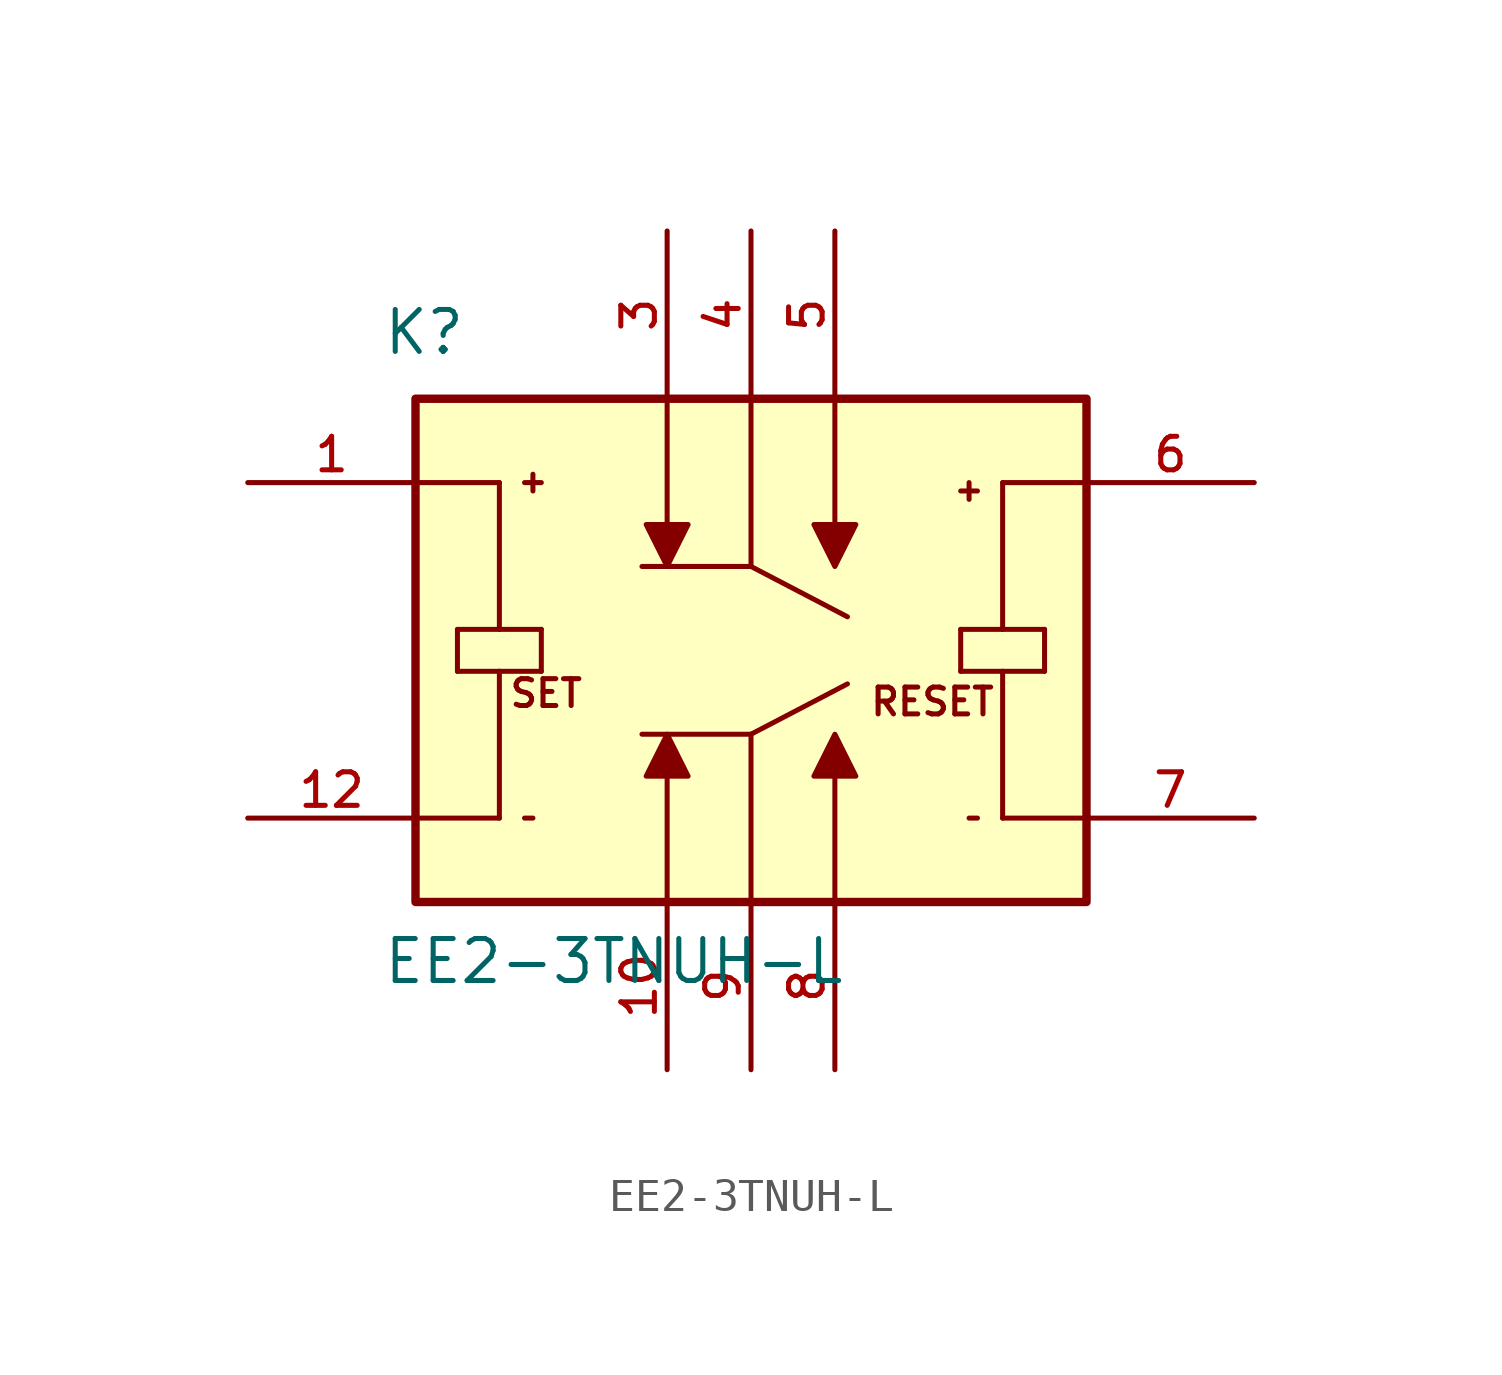
<source format=kicad_sym>
(kicad_symbol_lib
  (version 20211014)
  (generator kicad_symbol_editor)
  (symbol "EE2-3TNUH-L"
    (pin_names
      (offset 1.016))
    (property "Reference" "K"
      (at -11.176 8.89 0)
      (effects (font (size 1.27 1.27)) (justify bottom left)))
    (property "Value" "EE2-3TNUH-L"
      (at -11.176 -10.16 0)
      (effects (font (size 1.27 1.27)) (justify bottom left)))
    (symbol "EE2-3TNUH-L_0_0"
      (polyline (pts (xy -10.16 5.08) (xy -7.62 5.08)) (stroke (width 0.152)))
      (polyline (pts (xy -8.89 0.635) (xy -7.62 0.635)) (stroke (width 0.152)))
      (polyline (pts (xy -7.62 0.635) (xy -6.35 0.635)) (stroke (width 0.152)))
      (polyline (pts (xy -6.35 0.635) (xy -6.35 -0.635)) (stroke (width 0.152)))
      (polyline (pts (xy -6.35 -0.635) (xy -7.62 -0.635)) (stroke (width 0.152)))
      (polyline (pts (xy -7.62 -0.635) (xy -8.89 -0.635)) (stroke (width 0.152)))
      (polyline (pts (xy -8.89 -0.635) (xy -8.89 0.635)) (stroke (width 0.152)))
      (polyline (pts (xy -10.16 -5.08) (xy -7.62 -5.08)) (stroke (width 0.152)))
      (polyline (pts (xy -7.62 5.08) (xy -7.62 0.635)) (stroke (width 0.152)))
      (polyline (pts (xy -7.62 -0.635) (xy -7.62 -5.08)) (stroke (width 0.152)))
      (polyline (pts (xy 0.0 7.62) (xy 0.0 2.54)) (stroke (width 0.152)))
      (polyline (pts (xy -2.54 7.62) (xy -2.54 3.81)) (stroke (width 0.152)))
      (polyline (pts (xy -3.175 3.81) (xy -1.905 3.81) (xy -2.54 2.54) (xy -3.175 3.81)) (stroke (width 0.152)) (fill (type outline)))
      (polyline (pts (xy 1.905 3.81) (xy 3.175 3.81) (xy 2.54 2.54) (xy 1.905 3.81)) (stroke (width 0.152)) (fill (type outline)))
      (polyline (pts (xy 2.54 3.81) (xy 2.54 7.62)) (stroke (width 0.152)))
      (polyline (pts (xy 0.0 2.54) (xy 2.921 1.016)) (stroke (width 0.152)))
      (polyline (pts (xy 0.0 2.54) (xy -3.302 2.54)) (stroke (width 0.152)))
      (polyline (pts (xy 10.16 -5.08) (xy 7.62 -5.08)) (stroke (width 0.152)))
      (polyline (pts (xy 8.89 -0.635) (xy 7.62 -0.635)) (stroke (width 0.152)))
      (polyline (pts (xy 7.62 -0.635) (xy 6.35 -0.635)) (stroke (width 0.152)))
      (polyline (pts (xy 6.35 -0.635) (xy 6.35 0.635)) (stroke (width 0.152)))
      (polyline (pts (xy 6.35 0.635) (xy 7.62 0.635)) (stroke (width 0.152)))
      (polyline (pts (xy 7.62 0.635) (xy 8.89 0.635)) (stroke (width 0.152)))
      (polyline (pts (xy 8.89 0.635) (xy 8.89 -0.635)) (stroke (width 0.152)))
      (polyline (pts (xy 10.16 5.08) (xy 7.62 5.08)) (stroke (width 0.152)))
      (polyline (pts (xy 7.62 -5.08) (xy 7.62 -0.635)) (stroke (width 0.152)))
      (polyline (pts (xy 7.62 0.635) (xy 7.62 5.08)) (stroke (width 0.152)))
      (polyline (pts (xy 0.0 -7.62) (xy 0.0 -2.54)) (stroke (width 0.152)))
      (polyline (pts (xy -2.54 -7.62) (xy -2.54 -3.81)) (stroke (width 0.152)))
      (polyline (pts (xy -3.175 -3.81) (xy -1.905 -3.81) (xy -2.54 -2.54) (xy -3.175 -3.81)) (stroke (width 0.152)) (fill (type outline)))
      (polyline (pts (xy 1.905 -3.81) (xy 3.175 -3.81) (xy 2.54 -2.54) (xy 1.905 -3.81)) (stroke (width 0.152)) (fill (type outline)))
      (polyline (pts (xy 2.54 -3.81) (xy 2.54 -7.62)) (stroke (width 0.152)))
      (polyline (pts (xy 0.0 -2.54) (xy 2.921 -1.016)) (stroke (width 0.152)))
      (polyline (pts (xy 0.0 -2.54) (xy -3.302 -2.54)) (stroke (width 0.152)))
      (text "SET" (at -7.366 -1.778 0) (effects (font (size 0.813 0.813)) (justify bottom left)))
      (text "RESET" (at 3.556 -2.032 0) (effects (font (size 0.813 0.813)) (justify bottom left)))
      (polyline (pts (xy -6.604 5.334) (xy -6.604 4.826)) (stroke (width 0.152)))
      (polyline (pts (xy -6.858 5.08) (xy -6.35 5.08)) (stroke (width 0.152)))
      (polyline (pts (xy -6.858 -5.08) (xy -6.604 -5.08)) (stroke (width 0.152)))
      (polyline (pts (xy 6.35 4.826) (xy 6.858 4.826)) (stroke (width 0.152)))
      (polyline (pts (xy 6.604 5.08) (xy 6.604 4.572)) (stroke (width 0.152)))
      (polyline (pts (xy 6.604 -5.08) (xy 6.858 -5.08)) (stroke (width 0.152)))
      (rectangle (start -10.16 -7.62) (end 10.16 7.62) (stroke (width 0.254)) (fill (type background)))
      (pin passive line (at 15.24 -5.08 180.0) (length 5.08) (name "~" (effects (font (size 1.016 1.016)))) (number "7" (effects (font (size 1.016 1.016)))))
      (pin passive line (at -15.24 5.08 0) (length 5.08) (name "~" (effects (font (size 1.016 1.016)))) (number "1" (effects (font (size 1.016 1.016)))))
      (pin passive line (at -15.24 -5.08 0) (length 5.08) (name "~" (effects (font (size 1.016 1.016)))) (number "12" (effects (font (size 1.016 1.016)))))
      (pin passive line (at 15.24 5.08 180.0) (length 5.08) (name "~" (effects (font (size 1.016 1.016)))) (number "6" (effects (font (size 1.016 1.016)))))
      (pin passive line (at -2.54 12.7 270.0) (length 5.08) (name "~" (effects (font (size 1.016 1.016)))) (number "3" (effects (font (size 1.016 1.016)))))
      (pin passive line (at 0.0 12.7 270.0) (length 5.08) (name "~" (effects (font (size 1.016 1.016)))) (number "4" (effects (font (size 1.016 1.016)))))
      (pin passive line (at 2.54 12.7 270.0) (length 5.08) (name "~" (effects (font (size 1.016 1.016)))) (number "5" (effects (font (size 1.016 1.016)))))
      (pin passive line (at -2.54 -12.7 90.0) (length 5.08) (name "~" (effects (font (size 1.016 1.016)))) (number "10" (effects (font (size 1.016 1.016)))))
      (pin passive line (at 0.0 -12.7 90.0) (length 5.08) (name "~" (effects (font (size 1.016 1.016)))) (number "9" (effects (font (size 1.016 1.016)))))
      (pin passive line (at 2.54 -12.7 90.0) (length 5.08) (name "~" (effects (font (size 1.016 1.016)))) (number "8" (effects (font (size 1.016 1.016))))))))
</source>
